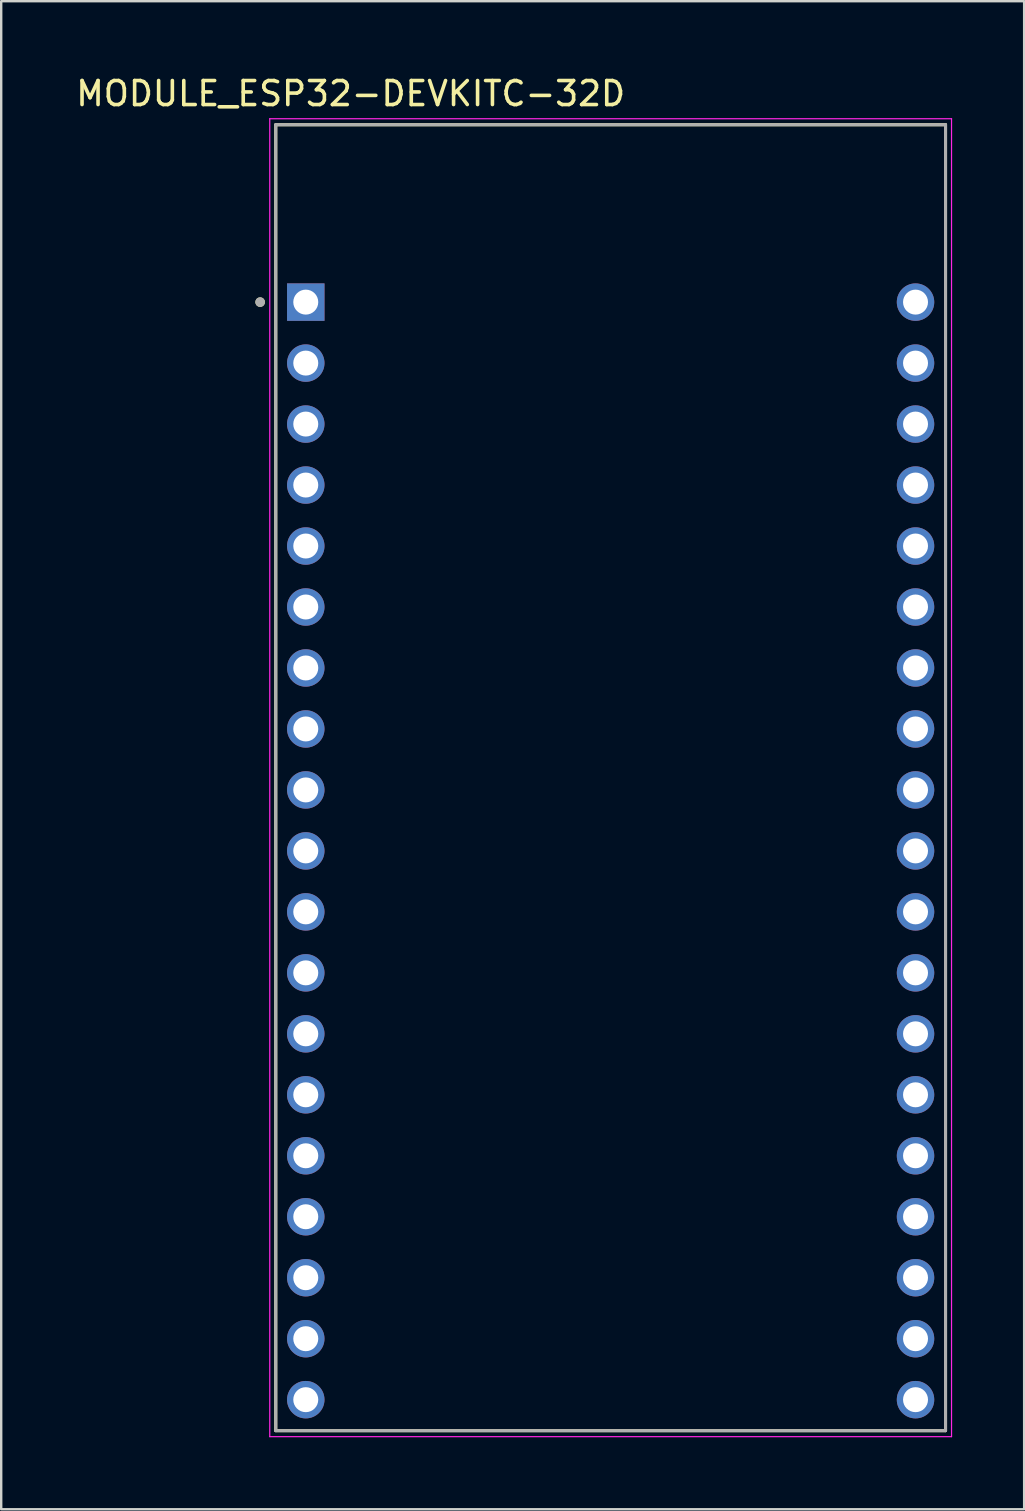
<source format=kicad_pcb>
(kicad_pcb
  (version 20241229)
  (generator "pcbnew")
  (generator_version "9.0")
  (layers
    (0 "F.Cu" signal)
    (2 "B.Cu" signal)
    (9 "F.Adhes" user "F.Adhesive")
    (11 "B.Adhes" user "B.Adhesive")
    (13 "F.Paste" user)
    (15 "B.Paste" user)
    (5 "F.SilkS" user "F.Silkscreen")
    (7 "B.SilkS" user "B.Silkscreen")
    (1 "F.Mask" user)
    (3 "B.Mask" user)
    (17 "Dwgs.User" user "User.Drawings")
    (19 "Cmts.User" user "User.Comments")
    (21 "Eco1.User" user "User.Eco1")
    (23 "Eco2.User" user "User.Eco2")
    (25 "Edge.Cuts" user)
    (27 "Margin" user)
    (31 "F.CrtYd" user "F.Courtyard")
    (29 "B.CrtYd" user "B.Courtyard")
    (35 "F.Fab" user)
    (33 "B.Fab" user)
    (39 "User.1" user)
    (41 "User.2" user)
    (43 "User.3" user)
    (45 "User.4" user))
  (footprint "MODULE_ESP32-DEVKITC-32D"
    (layer "F.Cu")
    (at 22.387 29.295)
    (property "Reference" "MODULE_ESP32-DEVKITC-32D" (at -10.829 -28.446 0) (layer "F.SilkS") (effects (font (size 1 1) (thickness 0.15))))
    (attr through_hole)
    (fp_line (start -13.95 -27.15) (end 13.95 -27.15) (stroke (width 0.127) (type solid)) (layer "F.SilkS"))
    (fp_line (start -13.95 27.25) (end -13.95 -27.15) (stroke (width 0.127) (type solid)) (layer "F.SilkS"))
    (fp_line (start 13.95 -27.15) (end 13.95 27.25) (stroke (width 0.127) (type solid)) (layer "F.SilkS"))
    (fp_line (start 13.95 27.25) (end -13.95 27.25) (stroke (width 0.127) (type solid)) (layer "F.SilkS"))
    (fp_circle (center -14.6 -19.76) (end -14.5 -19.76) (stroke (width 0.2) (type solid)) (fill no) (layer "F.SilkS"))
    (fp_line (start -14.2 -27.4) (end 14.2 -27.4) (stroke (width 0.05) (type solid)) (layer "F.CrtYd"))
    (fp_line (start -14.2 27.5) (end -14.2 -27.4) (stroke (width 0.05) (type solid)) (layer "F.CrtYd"))
    (fp_line (start 14.2 -27.4) (end 14.2 27.5) (stroke (width 0.05) (type solid)) (layer "F.CrtYd"))
    (fp_line (start 14.2 27.5) (end -14.2 27.5) (stroke (width 0.05) (type solid)) (layer "F.CrtYd"))
    (fp_line (start -13.95 -27.15) (end 13.95 -27.15) (stroke (width 0.127) (type solid)) (layer "F.Fab"))
    (fp_line (start -13.95 27.25) (end -13.95 -27.15) (stroke (width 0.127) (type solid)) (layer "F.Fab"))
    (fp_line (start 13.95 -27.15) (end 13.95 27.25) (stroke (width 0.127) (type solid)) (layer "F.Fab"))
    (fp_line (start 13.95 27.25) (end -13.95 27.25) (stroke (width 0.127) (type solid)) (layer "F.Fab"))
    (fp_circle (center -14.6 -19.76) (end -14.5 -19.76) (stroke (width 0.2) (type solid)) (fill no) (layer "F.Fab"))
    (pad "J2-1" thru_hole rect (at -12.7 -19.76) (size 1.56 1.56) (drill 1.04) (layers "*.Cu" "*.Mask"))
    (pad "J2-2" thru_hole circle (at -12.7 -17.22) (size 1.56 1.56) (drill 1.04) (layers "*.Cu" "*.Mask"))
    (pad "J2-3" thru_hole circle (at -12.7 -14.68) (size 1.56 1.56) (drill 1.04) (layers "*.Cu" "*.Mask"))
    (pad "J2-4" thru_hole circle (at -12.7 -12.14) (size 1.56 1.56) (drill 1.04) (layers "*.Cu" "*.Mask"))
    (pad "J2-5" thru_hole circle (at -12.7 -9.6) (size 1.56 1.56) (drill 1.04) (layers "*.Cu" "*.Mask"))
    (pad "J2-6" thru_hole circle (at -12.7 -7.06) (size 1.56 1.56) (drill 1.04) (layers "*.Cu" "*.Mask"))
    (pad "J2-7" thru_hole circle (at -12.7 -4.52) (size 1.56 1.56) (drill 1.04) (layers "*.Cu" "*.Mask"))
    (pad "J2-8" thru_hole circle (at -12.7 -1.98) (size 1.56 1.56) (drill 1.04) (layers "*.Cu" "*.Mask"))
    (pad "J2-9" thru_hole circle (at -12.7 0.56) (size 1.56 1.56) (drill 1.04) (layers "*.Cu" "*.Mask"))
    (pad "J2-10" thru_hole circle (at -12.7 3.1) (size 1.56 1.56) (drill 1.04) (layers "*.Cu" "*.Mask"))
    (pad "J2-11" thru_hole circle (at -12.7 5.64) (size 1.56 1.56) (drill 1.04) (layers "*.Cu" "*.Mask"))
    (pad "J2-12" thru_hole circle (at -12.7 8.18) (size 1.56 1.56) (drill 1.04) (layers "*.Cu" "*.Mask"))
    (pad "J2-13" thru_hole circle (at -12.7 10.72) (size 1.56 1.56) (drill 1.04) (layers "*.Cu" "*.Mask"))
    (pad "J2-14" thru_hole circle (at -12.7 13.26) (size 1.56 1.56) (drill 1.04) (layers "*.Cu" "*.Mask"))
    (pad "J2-15" thru_hole circle (at -12.7 15.8) (size 1.56 1.56) (drill 1.04) (layers "*.Cu" "*.Mask"))
    (pad "J2-16" thru_hole circle (at -12.7 18.34) (size 1.56 1.56) (drill 1.04) (layers "*.Cu" "*.Mask"))
    (pad "J2-17" thru_hole circle (at -12.7 20.88) (size 1.56 1.56) (drill 1.04) (layers "*.Cu" "*.Mask"))
    (pad "J2-18" thru_hole circle (at -12.7 23.42) (size 1.56 1.56) (drill 1.04) (layers "*.Cu" "*.Mask"))
    (pad "J2-19" thru_hole circle (at -12.7 25.96) (size 1.56 1.56) (drill 1.04) (layers "*.Cu" "*.Mask"))
    (pad "J3-1" thru_hole circle (at 12.7 -19.76) (size 1.56 1.56) (drill 1.04) (layers "*.Cu" "*.Mask"))
    (pad "J3-2" thru_hole circle (at 12.7 -17.22) (size 1.56 1.56) (drill 1.04) (layers "*.Cu" "*.Mask"))
    (pad "J3-3" thru_hole circle (at 12.7 -14.68) (size 1.56 1.56) (drill 1.04) (layers "*.Cu" "*.Mask"))
    (pad "J3-4" thru_hole circle (at 12.7 -12.14) (size 1.56 1.56) (drill 1.04) (layers "*.Cu" "*.Mask"))
    (pad "J3-5" thru_hole circle (at 12.7 -9.6) (size 1.56 1.56) (drill 1.04) (layers "*.Cu" "*.Mask"))
    (pad "J3-6" thru_hole circle (at 12.7 -7.06) (size 1.56 1.56) (drill 1.04) (layers "*.Cu" "*.Mask"))
    (pad "J3-7" thru_hole circle (at 12.7 -4.52) (size 1.56 1.56) (drill 1.04) (layers "*.Cu" "*.Mask"))
    (pad "J3-8" thru_hole circle (at 12.7 -1.98) (size 1.56 1.56) (drill 1.04) (layers "*.Cu" "*.Mask"))
    (pad "J3-9" thru_hole circle (at 12.7 0.56) (size 1.56 1.56) (drill 1.04) (layers "*.Cu" "*.Mask"))
    (pad "J3-10" thru_hole circle (at 12.7 3.1) (size 1.56 1.56) (drill 1.04) (layers "*.Cu" "*.Mask"))
    (pad "J3-11" thru_hole circle (at 12.7 5.64) (size 1.56 1.56) (drill 1.04) (layers "*.Cu" "*.Mask"))
    (pad "J3-12" thru_hole circle (at 12.7 8.18) (size 1.56 1.56) (drill 1.04) (layers "*.Cu" "*.Mask"))
    (pad "J3-13" thru_hole circle (at 12.7 10.72) (size 1.56 1.56) (drill 1.04) (layers "*.Cu" "*.Mask"))
    (pad "J3-14" thru_hole circle (at 12.7 13.26) (size 1.56 1.56) (drill 1.04) (layers "*.Cu" "*.Mask"))
    (pad "J3-15" thru_hole circle (at 12.7 15.8) (size 1.56 1.56) (drill 1.04) (layers "*.Cu" "*.Mask"))
    (pad "J3-16" thru_hole circle (at 12.7 18.34) (size 1.56 1.56) (drill 1.04) (layers "*.Cu" "*.Mask"))
    (pad "J3-17" thru_hole circle (at 12.7 20.88) (size 1.56 1.56) (drill 1.04) (layers "*.Cu" "*.Mask"))
    (pad "J3-18" thru_hole circle (at 12.7 23.42) (size 1.56 1.56) (drill 1.04) (layers "*.Cu" "*.Mask"))
    (pad "J3-19" thru_hole circle (at 12.7 25.96) (size 1.56 1.56) (drill 1.04) (layers "*.Cu" "*.Mask")))
  (gr_rect
    (start -3 -3)
    (end 39.612 59.82)
    (stroke (width 0.1) (type default))
    (fill no)
    (layer "Edge.Cuts")))
</source>
